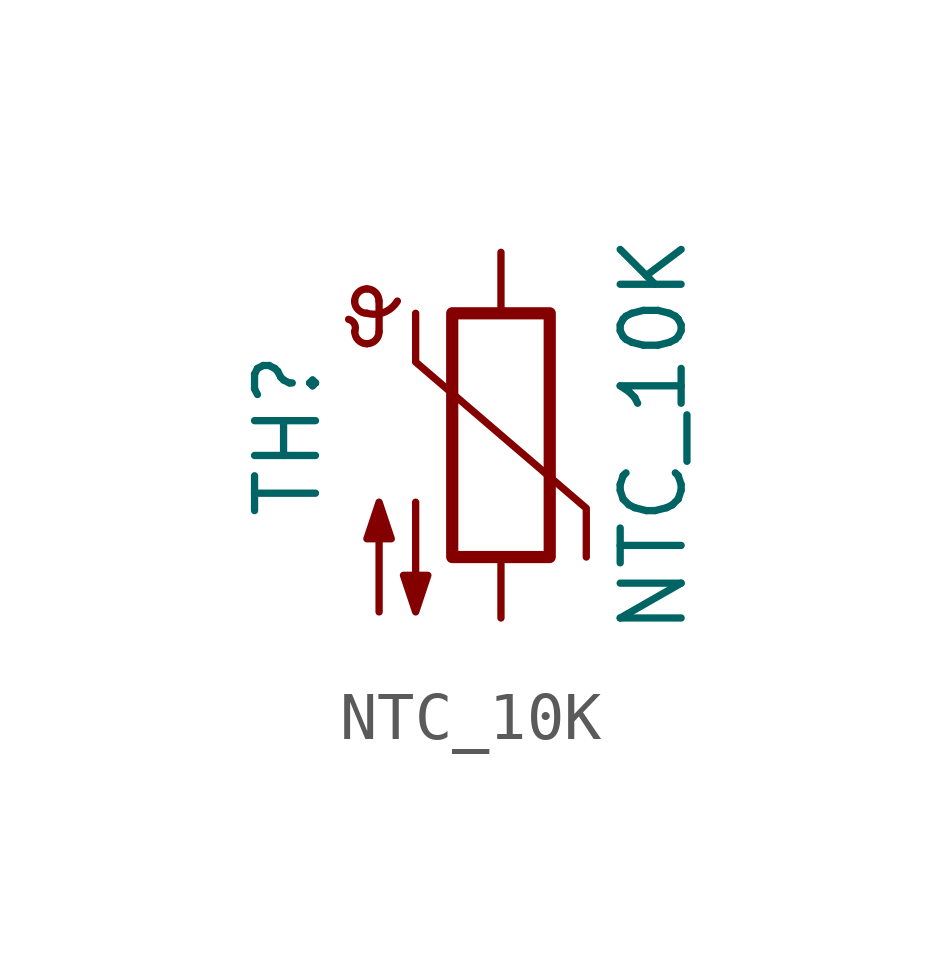
<source format=kicad_sym>
(kicad_symbol_lib
  (version 20220914)
  (generator kicad_symbol_editor)
  (symbol "NTC_10K"
    (pin_numbers hide)
    (pin_names
      (offset 0))
    (property "Reference" "TH"
      (at -4.445 0 90)
      (effects (font (size 1.27 1.27))))
    (property "Value" "NTC_10K"
      (at 3.175 0 90)
      (effects (font (size 1.27 1.27))))
    (symbol "NTC_10K_0_1"
      (arc (start -3.048 2.159) (mid -3.0495 2.3143) (end -3.175 2.413) (stroke (width 0) (type solid)) (fill (type none)))
      (arc (start -3.048 2.159) (mid -2.9736 1.9794) (end -2.794 1.905) (stroke (width 0) (type solid)) (fill (type none)))
      (arc (start -3.048 2.794) (mid -2.9736 2.6144) (end -2.794 2.54) (stroke (width 0) (type solid)) (fill (type none)))
      (arc (start -2.794 1.905) (mid -2.6144 1.9794) (end -2.54 2.159) (stroke (width 0) (type solid)) (fill (type none)))
      (arc (start -2.794 2.54) (mid -2.4393 2.5587) (end -2.159 2.794) (stroke (width 0) (type solid)) (fill (type none)))
      (arc (start -2.794 3.048) (mid -2.9736 2.9736) (end -3.048 2.794) (stroke (width 0) (type solid)) (fill (type none)))
      (arc (start -2.54 2.794) (mid -2.6144 2.9736) (end -2.794 3.048) (stroke (width 0) (type solid)) (fill (type none)))
      (rectangle (start -1.016 2.54) (end 1.016 -2.54) (stroke (width 0.254) (type solid)) (fill (type none)))
      (polyline (pts (xy -2.54 2.159) (xy -2.54 2.794)) (stroke (width 0) (type solid)) (fill (type none)))
      (polyline (pts (xy -1.778 2.54) (xy -1.778 1.524) (xy 1.778 -1.524) (xy 1.778 -2.54)) (stroke (width 0) (type solid)) (fill (type none)))
      (polyline (pts (xy -2.54 -3.683) (xy -2.54 -1.397) (xy -2.794 -2.159) (xy -2.286 -2.159) (xy -2.54 -1.397) (xy -2.54 -1.651)) (stroke (width 0) (type solid)) (fill (type outline)))
      (polyline (pts (xy -1.778 -1.397) (xy -1.778 -3.683) (xy -2.032 -2.921) (xy -1.524 -2.921) (xy -1.778 -3.683) (xy -1.778 -3.429)) (stroke (width 0) (type solid)) (fill (type outline))))
    (symbol "NTC_10K_1_1"
      (pin passive line (at 0 3.81 270) (length 1.27) (name "~" (effects (font (size 1.27 1.27)))) (number "1" (effects (font (size 1.27 1.27)))))
      (pin passive line (at 0 -3.81 90) (length 1.27) (name "~" (effects (font (size 1.27 1.27)))) (number "2" (effects (font (size 1.27 1.27))))))))
</source>
